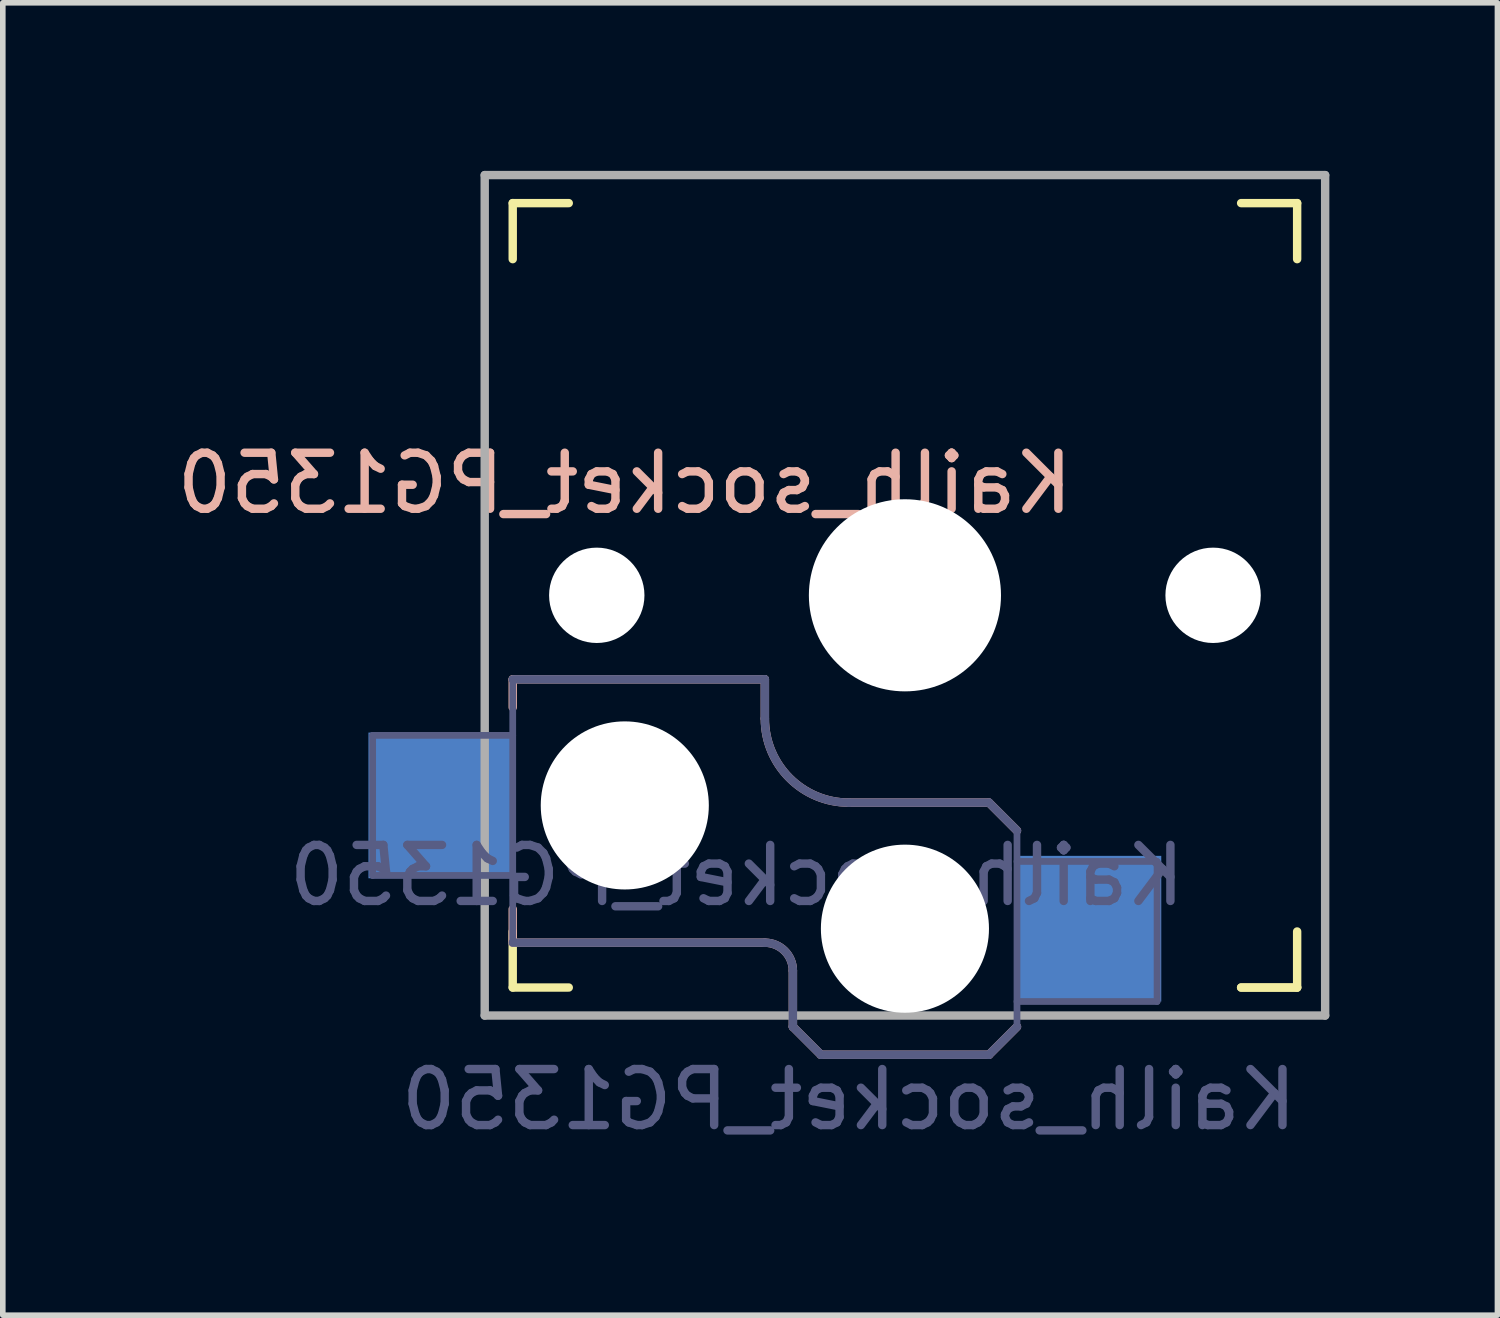
<source format=kicad_pcb>
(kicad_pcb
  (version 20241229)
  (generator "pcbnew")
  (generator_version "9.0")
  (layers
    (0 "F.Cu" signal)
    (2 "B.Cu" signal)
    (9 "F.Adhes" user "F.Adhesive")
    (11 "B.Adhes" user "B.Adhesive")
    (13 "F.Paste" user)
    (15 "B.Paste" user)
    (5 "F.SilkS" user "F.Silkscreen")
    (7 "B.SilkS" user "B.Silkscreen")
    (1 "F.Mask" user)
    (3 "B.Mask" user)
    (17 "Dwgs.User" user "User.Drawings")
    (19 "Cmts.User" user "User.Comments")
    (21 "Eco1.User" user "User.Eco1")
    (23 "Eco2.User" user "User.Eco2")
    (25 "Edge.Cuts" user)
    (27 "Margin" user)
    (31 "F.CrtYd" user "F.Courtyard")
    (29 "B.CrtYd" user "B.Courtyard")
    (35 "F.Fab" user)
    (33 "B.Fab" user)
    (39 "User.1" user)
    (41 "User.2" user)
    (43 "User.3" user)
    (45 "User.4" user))
  (footprint "Kailh_socket_PG1350"
    (layer "F.Cu")
    (at 13.101 7.575)
    (property "Reference" "Kailh_socket_PG1350" (at -5 -2 0) (layer "B.SilkS") (effects (font (size 1 1) (thickness 0.15)) (justify mirror)))
    (property "Value" "Kailh_socket_PG1350" (at 0 8.255 0) (layer "F.Fab") (hide yes) (effects (font (size 1 1) (thickness 0.15))))
    (attr smd)
    (fp_line (start -7 -6) (end -7 -7) (stroke (width 0.15) (type solid)) (layer "F.SilkS"))
    (fp_line (start -7 7) (end -7 6) (stroke (width 0.15) (type solid)) (layer "F.SilkS"))
    (fp_line (start -7 7) (end -6 7) (stroke (width 0.15) (type solid)) (layer "F.SilkS"))
    (fp_line (start -6 -7) (end -7 -7) (stroke (width 0.15) (type solid)) (layer "F.SilkS"))
    (fp_line (start 6 7) (end 7 7) (stroke (width 0.15) (type solid)) (layer "F.SilkS"))
    (fp_line (start 7 -7) (end 6 -7) (stroke (width 0.15) (type solid)) (layer "F.SilkS"))
    (fp_line (start 7 -7) (end 7 -6) (stroke (width 0.15) (type solid)) (layer "F.SilkS"))
    (fp_line (start 7 6) (end 7 7) (stroke (width 0.15) (type solid)) (layer "F.SilkS"))
    (fp_line (start 7 7) (end 6 7) (stroke (width 0.15) (type solid)) (layer "F.SilkS"))
    (fp_line (start -7 1.5) (end -7 2) (stroke (width 0.15) (type solid)) (layer "B.SilkS"))
    (fp_line (start -7 5.6) (end -7 6.2) (stroke (width 0.15) (type solid)) (layer "B.SilkS"))
    (fp_line (start -7 6.2) (end -2.5 6.2) (stroke (width 0.15) (type solid)) (layer "B.SilkS"))
    (fp_line (start -2.5 1.5) (end -7 1.5) (stroke (width 0.15) (type solid)) (layer "B.SilkS"))
    (fp_line (start -2.5 2.2) (end -2.5 1.5) (stroke (width 0.15) (type solid)) (layer "B.SilkS"))
    (fp_line (start -2 6.7) (end -2 7.7) (stroke (width 0.15) (type solid)) (layer "B.SilkS"))
    (fp_line (start -1.5 8.2) (end -2 7.7) (stroke (width 0.15) (type solid)) (layer "B.SilkS"))
    (fp_line (start 1.5 3.7) (end -1 3.7) (stroke (width 0.15) (type solid)) (layer "B.SilkS"))
    (fp_line (start 1.5 8.2) (end -1.5 8.2) (stroke (width 0.15) (type solid)) (layer "B.SilkS"))
    (fp_line (start 2 4.2) (end 1.5 3.7) (stroke (width 0.15) (type solid)) (layer "B.SilkS"))
    (fp_line (start 2 7.7) (end 1.5 8.2) (stroke (width 0.15) (type solid)) (layer "B.SilkS"))
    (fp_arc (start -2.5 6.2) (mid -2.146447 6.346447) (end -2 6.7) (stroke (width 0.15) (type solid)) (layer "B.SilkS"))
    (fp_arc (start -1 3.7) (mid -2.06066 3.26066) (end -2.5 2.2) (stroke (width 0.15) (type solid)) (layer "B.SilkS"))
    (fp_line (start -6.9 6.9) (end -6.9 -6.9) (stroke (width 0.15) (type solid)) (layer "Eco2.User"))
    (fp_line (start -6.9 6.9) (end 6.9 6.9) (stroke (width 0.15) (type solid)) (layer "Eco2.User"))
    (fp_line (start -2.6 -3.1) (end -2.6 -6.3) (stroke (width 0.15) (type solid)) (layer "Eco2.User"))
    (fp_line (start -2.6 -3.1) (end 2.6 -3.1) (stroke (width 0.15) (type solid)) (layer "Eco2.User"))
    (fp_line (start 2.6 -6.3) (end -2.6 -6.3) (stroke (width 0.15) (type solid)) (layer "Eco2.User"))
    (fp_line (start 2.6 -3.1) (end 2.6 -6.3) (stroke (width 0.15) (type solid)) (layer "Eco2.User"))
    (fp_line (start 6.9 -6.9) (end -6.9 -6.9) (stroke (width 0.15) (type solid)) (layer "Eco2.User"))
    (fp_line (start 6.9 -6.9) (end 6.9 6.9) (stroke (width 0.15) (type solid)) (layer "Eco2.User"))
    (fp_line (start -9.5 2.5) (end -7 2.5) (stroke (width 0.12) (type solid)) (layer "B.Fab"))
    (fp_line (start -9.5 5) (end -9.5 2.5) (stroke (width 0.12) (type solid)) (layer "B.Fab"))
    (fp_line (start -7 1.5) (end -7 6.2) (stroke (width 0.12) (type solid)) (layer "B.Fab"))
    (fp_line (start -7 5) (end -9.5 5) (stroke (width 0.12) (type solid)) (layer "B.Fab"))
    (fp_line (start -7 6.2) (end -2.5 6.2) (stroke (width 0.15) (type solid)) (layer "B.Fab"))
    (fp_line (start -2.5 1.5) (end -7 1.5) (stroke (width 0.15) (type solid)) (layer "B.Fab"))
    (fp_line (start -2.5 2.2) (end -2.5 1.5) (stroke (width 0.15) (type solid)) (layer "B.Fab"))
    (fp_line (start -2 6.7) (end -2 7.7) (stroke (width 0.15) (type solid)) (layer "B.Fab"))
    (fp_line (start -1.5 8.2) (end -2 7.7) (stroke (width 0.15) (type solid)) (layer "B.Fab"))
    (fp_line (start 1.5 3.7) (end -1 3.7) (stroke (width 0.15) (type solid)) (layer "B.Fab"))
    (fp_line (start 1.5 8.2) (end -1.5 8.2) (stroke (width 0.15) (type solid)) (layer "B.Fab"))
    (fp_line (start 2 4.2) (end 1.5 3.7) (stroke (width 0.15) (type solid)) (layer "B.Fab"))
    (fp_line (start 2 4.25) (end 2 7.7) (stroke (width 0.12) (type solid)) (layer "B.Fab"))
    (fp_line (start 2 4.75) (end 4.5 4.75) (stroke (width 0.12) (type solid)) (layer "B.Fab"))
    (fp_line (start 2 7.7) (end 1.5 8.2) (stroke (width 0.15) (type solid)) (layer "B.Fab"))
    (fp_line (start 4.5 4.75) (end 4.5 7.25) (stroke (width 0.12) (type solid)) (layer "B.Fab"))
    (fp_line (start 4.5 7.25) (end 2 7.25) (stroke (width 0.12) (type solid)) (layer "B.Fab"))
    (fp_arc (start -2.5 6.2) (mid -2.146447 6.346447) (end -2 6.7) (stroke (width 0.15) (type solid)) (layer "B.Fab"))
    (fp_arc (start -1 3.7) (mid -2.06066 3.26066) (end -2.5 2.2) (stroke (width 0.15) (type solid)) (layer "B.Fab"))
    (fp_line (start -7.5 -7.5) (end 7.5 -7.5) (stroke (width 0.15) (type solid)) (layer "F.Fab"))
    (fp_line (start -7.5 7.5) (end -7.5 -7.5) (stroke (width 0.15) (type solid)) (layer "F.Fab"))
    (fp_line (start 7.5 -7.5) (end 7.5 7.5) (stroke (width 0.15) (type solid)) (layer "F.Fab"))
    (fp_line (start 7.5 7.5) (end -7.5 7.5) (stroke (width 0.15) (type solid)) (layer "F.Fab"))
    (fp_text user "${REFERENCE}" (at -3 5 0) (layer "B.Fab") (effects (font (size 1 1) (thickness 0.15)) (justify mirror)))
    (fp_text user "${VALUE}" (at -1 9 0) (layer "B.Fab") (effects (font (size 1 1) (thickness 0.15)) (justify mirror)))
    (pad "" np_thru_hole circle (at -5.5 0) (size 1.702 1.702) (drill 1.702) (layers "*.Cu" "*.Mask"))
    (pad "" np_thru_hole circle (at -5 3.75) (size 3 3) (drill 3) (layers "*.Cu" "*.Mask"))
    (pad "" np_thru_hole circle (at 0 0) (size 3.429 3.429) (drill 3.429) (layers "*.Cu" "*.Mask"))
    (pad "" np_thru_hole circle (at 0 5.95) (size 3 3) (drill 3) (layers "*.Cu" "*.Mask"))
    (pad "" np_thru_hole circle (at 5.5 0) (size 1.702 1.702) (drill 1.702) (layers "*.Cu" "*.Mask"))
    (pad "1" smd rect (at 3.275 5.95) (size 2.6 2.6) (layers "B.Cu" "B.Mask" "B.Paste"))
    (pad "2" smd rect (at -8.275 3.75) (size 2.6 2.6) (layers "B.Cu" "B.Mask" "B.Paste")))
  (gr_rect
    (start -3 -3)
    (end 23.676 20.423)
    (stroke (width 0.1) (type default))
    (fill no)
    (layer "Edge.Cuts")))
</source>
